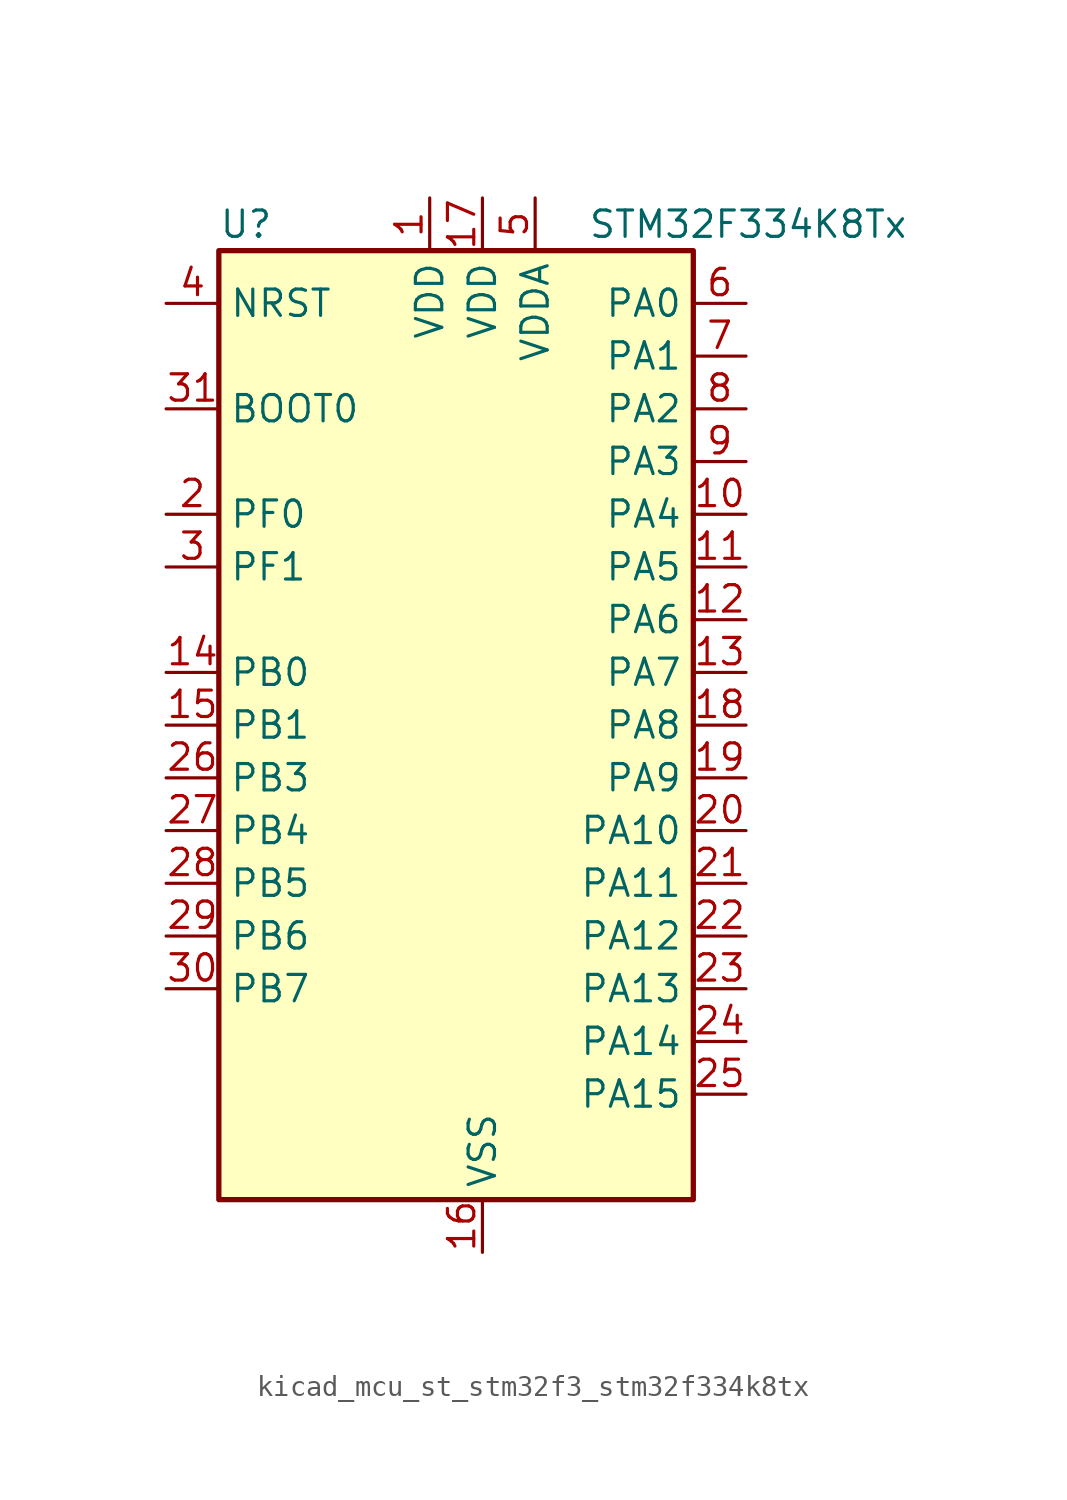
<source format=kicad_sym>
(kicad_symbol_lib
  (version 20220914)
  (generator kicad_symbol_editor)
  (symbol "kicad_mcu_st_stm32f3_stm32f334k8tx"
    (property "Reference" "U"
      (at -10.16 24.13 0)
      (effects (font (size 1.27 1.27)) (justify left)))
    (property "Value" "STM32F334K8Tx"
      (at 7.62 24.13 0)
      (effects (font (size 1.27 1.27)) (justify left)))
    (property "ki_locked" ""
      (at 0 0 0)
      (effects (font (size 1.27 1.27))))
    (symbol "kicad_mcu_st_stm32f3_stm32f334k8tx_0_1"
      (rectangle (start -10.16 -22.86) (end 12.7 22.86) (stroke (width 0.254) (type default)) (fill (type background))))
    (symbol "kicad_mcu_st_stm32f3_stm32f334k8tx_1_1"
      (pin power_in line (at 0 25.4 270) (length 2.54) (name "VDD" (effects (font (size 1.27 1.27)))) (number "1" (effects (font (size 1.27 1.27)))))
      (pin bidirectional line (at 15.24 10.16 180) (length 2.54) (name "PA4" (effects (font (size 1.27 1.27)))) (number "10" (effects (font (size 1.27 1.27)))) (alternate "ADC2_IN1" bidirectional line) (alternate "COMP2_INM" bidirectional line) (alternate "COMP4_INM" bidirectional line) (alternate "DAC1_OUT1" bidirectional line) (alternate "SPI1_NSS" bidirectional line) (alternate "TIM3_CH2" bidirectional line) (alternate "TSC_G2_IO1" bidirectional line) (alternate "USART2_CK" bidirectional line))
      (pin bidirectional line (at 15.24 7.62 180) (length 2.54) (name "PA5" (effects (font (size 1.27 1.27)))) (number "11" (effects (font (size 1.27 1.27)))) (alternate "ADC2_IN2" bidirectional line) (alternate "DAC1_OUT2" bidirectional line) (alternate "OPAMP2_VINM" bidirectional line) (alternate "OPAMP2_VINM_SEC" bidirectional line) (alternate "SPI1_SCK" bidirectional line) (alternate "TIM2_CH1" bidirectional line) (alternate "TIM2_ETR" bidirectional line) (alternate "TSC_G2_IO2" bidirectional line))
      (pin bidirectional line (at 15.24 5.08 180) (length 2.54) (name "PA6" (effects (font (size 1.27 1.27)))) (number "12" (effects (font (size 1.27 1.27)))) (alternate "ADC2_IN3" bidirectional line) (alternate "DAC2_OUT1" bidirectional line) (alternate "OPAMP2_DIG" bidirectional line) (alternate "OPAMP2_VOUT" bidirectional line) (alternate "SPI1_MISO" bidirectional line) (alternate "TIM16_CH1" bidirectional line) (alternate "TIM1_BKIN" bidirectional line) (alternate "TIM3_CH1" bidirectional line) (alternate "TSC_G2_IO3" bidirectional line))
      (pin bidirectional line (at 15.24 2.54 180) (length 2.54) (name "PA7" (effects (font (size 1.27 1.27)))) (number "13" (effects (font (size 1.27 1.27)))) (alternate "ADC2_IN4" bidirectional line) (alternate "COMP2_INP" bidirectional line) (alternate "OPAMP2_VINP" bidirectional line) (alternate "OPAMP2_VINP_SEC" bidirectional line) (alternate "SPI1_MOSI" bidirectional line) (alternate "TIM17_CH1" bidirectional line) (alternate "TIM1_CH1N" bidirectional line) (alternate "TIM3_CH2" bidirectional line) (alternate "TSC_G2_IO4" bidirectional line))
      (pin bidirectional line (at -12.7 2.54 0) (length 2.54) (name "PB0" (effects (font (size 1.27 1.27)))) (number "14" (effects (font (size 1.27 1.27)))) (alternate "ADC1_IN11" bidirectional line) (alternate "COMP4_INP" bidirectional line) (alternate "OPAMP2_VINP" bidirectional line) (alternate "OPAMP2_VINP_SEC" bidirectional line) (alternate "TIM1_CH2N" bidirectional line) (alternate "TIM3_CH3" bidirectional line) (alternate "TSC_G3_IO2" bidirectional line))
      (pin bidirectional line (at -12.7 0 0) (length 2.54) (name "PB1" (effects (font (size 1.27 1.27)))) (number "15" (effects (font (size 1.27 1.27)))) (alternate "ADC1_IN12" bidirectional line) (alternate "COMP4_OUT" bidirectional line) (alternate "HRTIM1_SCOUT" bidirectional line) (alternate "TIM1_CH3N" bidirectional line) (alternate "TIM3_CH4" bidirectional line) (alternate "TSC_G3_IO3" bidirectional line))
      (pin power_in line (at 2.54 -25.4 90) (length 2.54) (name "VSS" (effects (font (size 1.27 1.27)))) (number "16" (effects (font (size 1.27 1.27)))))
      (pin power_in line (at 2.54 25.4 270) (length 2.54) (name "VDD" (effects (font (size 1.27 1.27)))) (number "17" (effects (font (size 1.27 1.27)))))
      (pin bidirectional line (at 15.24 0 180) (length 2.54) (name "PA8" (effects (font (size 1.27 1.27)))) (number "18" (effects (font (size 1.27 1.27)))) (alternate "HRTIM1_CHA1" bidirectional line) (alternate "RCC_MCO" bidirectional line) (alternate "TIM1_CH1" bidirectional line) (alternate "USART1_CK" bidirectional line))
      (pin bidirectional line (at 15.24 -2.54 180) (length 2.54) (name "PA9" (effects (font (size 1.27 1.27)))) (number "19" (effects (font (size 1.27 1.27)))) (alternate "DAC1_EXTI9" bidirectional line) (alternate "DAC2_EXTI9" bidirectional line) (alternate "HRTIM1_CHA2" bidirectional line) (alternate "TIM15_BKIN" bidirectional line) (alternate "TIM1_CH2" bidirectional line) (alternate "TIM2_CH3" bidirectional line) (alternate "TSC_G4_IO1" bidirectional line) (alternate "USART1_TX" bidirectional line))
      (pin bidirectional line (at -12.7 10.16 0) (length 2.54) (name "PF0" (effects (font (size 1.27 1.27)))) (number "2" (effects (font (size 1.27 1.27)))) (alternate "RCC_OSC_IN" bidirectional line) (alternate "TIM1_CH3N" bidirectional line))
      (pin bidirectional line (at 15.24 -5.08 180) (length 2.54) (name "PA10" (effects (font (size 1.27 1.27)))) (number "20" (effects (font (size 1.27 1.27)))) (alternate "HRTIM1_CHB1" bidirectional line) (alternate "TIM17_BKIN" bidirectional line) (alternate "TIM1_CH3" bidirectional line) (alternate "TIM2_CH4" bidirectional line) (alternate "TSC_G4_IO2" bidirectional line) (alternate "USART1_RX" bidirectional line))
      (pin bidirectional line (at 15.24 -7.62 180) (length 2.54) (name "PA11" (effects (font (size 1.27 1.27)))) (number "21" (effects (font (size 1.27 1.27)))) (alternate "ADC1_EXTI11" bidirectional line) (alternate "ADC2_EXTI11" bidirectional line) (alternate "CAN_RX" bidirectional line) (alternate "HRTIM1_CHB2" bidirectional line) (alternate "TIM1_BKIN2" bidirectional line) (alternate "TIM1_CH1N" bidirectional line) (alternate "TIM1_CH4" bidirectional line) (alternate "USART1_CTS" bidirectional line))
      (pin bidirectional line (at 15.24 -10.16 180) (length 2.54) (name "PA12" (effects (font (size 1.27 1.27)))) (number "22" (effects (font (size 1.27 1.27)))) (alternate "CAN_TX" bidirectional line) (alternate "COMP2_OUT" bidirectional line) (alternate "HRTIM1_FLT1" bidirectional line) (alternate "TIM16_CH1" bidirectional line) (alternate "TIM1_CH2N" bidirectional line) (alternate "TIM1_ETR" bidirectional line) (alternate "USART1_DE" bidirectional line) (alternate "USART1_RTS" bidirectional line))
      (pin bidirectional line (at 15.24 -12.7 180) (length 2.54) (name "PA13" (effects (font (size 1.27 1.27)))) (number "23" (effects (font (size 1.27 1.27)))) (alternate "IR_OUT" bidirectional line) (alternate "SYS_JTMS-SWDIO" bidirectional line) (alternate "TIM16_CH1N" bidirectional line) (alternate "TSC_G4_IO3" bidirectional line))
      (pin bidirectional line (at 15.24 -15.24 180) (length 2.54) (name "PA14" (effects (font (size 1.27 1.27)))) (number "24" (effects (font (size 1.27 1.27)))) (alternate "I2C1_SDA" bidirectional line) (alternate "SYS_JTCK-SWCLK" bidirectional line) (alternate "TIM1_BKIN" bidirectional line) (alternate "TSC_G4_IO4" bidirectional line) (alternate "USART2_TX" bidirectional line))
      (pin bidirectional line (at 15.24 -17.78 180) (length 2.54) (name "PA15" (effects (font (size 1.27 1.27)))) (number "25" (effects (font (size 1.27 1.27)))) (alternate "ADC1_EXTI15" bidirectional line) (alternate "ADC2_EXTI15" bidirectional line) (alternate "HRTIM1_FLT2" bidirectional line) (alternate "I2C1_SCL" bidirectional line) (alternate "SPI1_NSS" bidirectional line) (alternate "SYS_JTDI" bidirectional line) (alternate "TIM1_BKIN" bidirectional line) (alternate "TIM2_CH1" bidirectional line) (alternate "TIM2_ETR" bidirectional line) (alternate "TSC_SYNC" bidirectional line) (alternate "USART2_RX" bidirectional line))
      (pin bidirectional line (at -12.7 -2.54 0) (length 2.54) (name "PB3" (effects (font (size 1.27 1.27)))) (number "26" (effects (font (size 1.27 1.27)))) (alternate "HRTIM1_EEV9" bidirectional line) (alternate "HRTIM1_SCOUT" bidirectional line) (alternate "SPI1_SCK" bidirectional line) (alternate "SYS_JTDO-TRACESWO" bidirectional line) (alternate "TIM2_CH2" bidirectional line) (alternate "TIM3_ETR" bidirectional line) (alternate "TSC_G5_IO1" bidirectional line) (alternate "USART2_TX" bidirectional line))
      (pin bidirectional line (at -12.7 -5.08 0) (length 2.54) (name "PB4" (effects (font (size 1.27 1.27)))) (number "27" (effects (font (size 1.27 1.27)))) (alternate "HRTIM1_EEV7" bidirectional line) (alternate "SPI1_MISO" bidirectional line) (alternate "SYS_NJTRST" bidirectional line) (alternate "TIM16_CH1" bidirectional line) (alternate "TIM17_BKIN" bidirectional line) (alternate "TIM3_CH1" bidirectional line) (alternate "TSC_G5_IO2" bidirectional line) (alternate "USART2_RX" bidirectional line))
      (pin bidirectional line (at -12.7 -7.62 0) (length 2.54) (name "PB5" (effects (font (size 1.27 1.27)))) (number "28" (effects (font (size 1.27 1.27)))) (alternate "HRTIM1_EEV6" bidirectional line) (alternate "I2C1_SMBA" bidirectional line) (alternate "SPI1_MOSI" bidirectional line) (alternate "TIM16_BKIN" bidirectional line) (alternate "TIM17_CH1" bidirectional line) (alternate "TIM3_CH2" bidirectional line) (alternate "USART2_CK" bidirectional line))
      (pin bidirectional line (at -12.7 -10.16 0) (length 2.54) (name "PB6" (effects (font (size 1.27 1.27)))) (number "29" (effects (font (size 1.27 1.27)))) (alternate "HRTIM1_EEV4" bidirectional line) (alternate "HRTIM1_SCIN" bidirectional line) (alternate "I2C1_SCL" bidirectional line) (alternate "TIM16_CH1N" bidirectional line) (alternate "TSC_G5_IO3" bidirectional line) (alternate "USART1_TX" bidirectional line))
      (pin bidirectional line (at -12.7 7.62 0) (length 2.54) (name "PF1" (effects (font (size 1.27 1.27)))) (number "3" (effects (font (size 1.27 1.27)))) (alternate "RCC_OSC_OUT" bidirectional line))
      (pin bidirectional line (at -12.7 -12.7 0) (length 2.54) (name "PB7" (effects (font (size 1.27 1.27)))) (number "30" (effects (font (size 1.27 1.27)))) (alternate "HRTIM1_EEV3" bidirectional line) (alternate "I2C1_SDA" bidirectional line) (alternate "TIM17_CH1N" bidirectional line) (alternate "TIM3_CH4" bidirectional line) (alternate "TSC_G5_IO4" bidirectional line) (alternate "USART1_RX" bidirectional line))
      (pin input line (at -12.7 15.24 0) (length 2.54) (name "BOOT0" (effects (font (size 1.27 1.27)))) (number "31" (effects (font (size 1.27 1.27)))))
      (pin passive line (at 2.54 -25.4 90) (length 2.54) hide (name "VSS" (effects (font (size 1.27 1.27)))) (number "32" (effects (font (size 1.27 1.27)))))
      (pin input line (at -12.7 20.32 0) (length 2.54) (name "NRST" (effects (font (size 1.27 1.27)))) (number "4" (effects (font (size 1.27 1.27)))))
      (pin power_in line (at 5.08 25.4 270) (length 2.54) (name "VDDA" (effects (font (size 1.27 1.27)))) (number "5" (effects (font (size 1.27 1.27)))))
      (pin bidirectional line (at 15.24 20.32 180) (length 2.54) (name "PA0" (effects (font (size 1.27 1.27)))) (number "6" (effects (font (size 1.27 1.27)))) (alternate "ADC1_IN1" bidirectional line) (alternate "RTC_TAMP2" bidirectional line) (alternate "SYS_WKUP1" bidirectional line) (alternate "TIM2_CH1" bidirectional line) (alternate "TIM2_ETR" bidirectional line) (alternate "TSC_G1_IO1" bidirectional line) (alternate "USART2_CTS" bidirectional line))
      (pin bidirectional line (at 15.24 17.78 180) (length 2.54) (name "PA1" (effects (font (size 1.27 1.27)))) (number "7" (effects (font (size 1.27 1.27)))) (alternate "ADC1_IN2" bidirectional line) (alternate "RTC_REFIN" bidirectional line) (alternate "TIM15_CH1N" bidirectional line) (alternate "TIM2_CH2" bidirectional line) (alternate "TSC_G1_IO2" bidirectional line) (alternate "USART2_DE" bidirectional line) (alternate "USART2_RTS" bidirectional line))
      (pin bidirectional line (at 15.24 15.24 180) (length 2.54) (name "PA2" (effects (font (size 1.27 1.27)))) (number "8" (effects (font (size 1.27 1.27)))) (alternate "ADC1_IN3" bidirectional line) (alternate "COMP2_INM" bidirectional line) (alternate "COMP2_OUT" bidirectional line) (alternate "TIM15_CH1" bidirectional line) (alternate "TIM2_CH3" bidirectional line) (alternate "TSC_G1_IO3" bidirectional line) (alternate "USART2_TX" bidirectional line))
      (pin bidirectional line (at 15.24 12.7 180) (length 2.54) (name "PA3" (effects (font (size 1.27 1.27)))) (number "9" (effects (font (size 1.27 1.27)))) (alternate "ADC1_IN4" bidirectional line) (alternate "TIM15_CH2" bidirectional line) (alternate "TIM2_CH4" bidirectional line) (alternate "TSC_G1_IO4" bidirectional line) (alternate "USART2_RX" bidirectional line)))))
</source>
